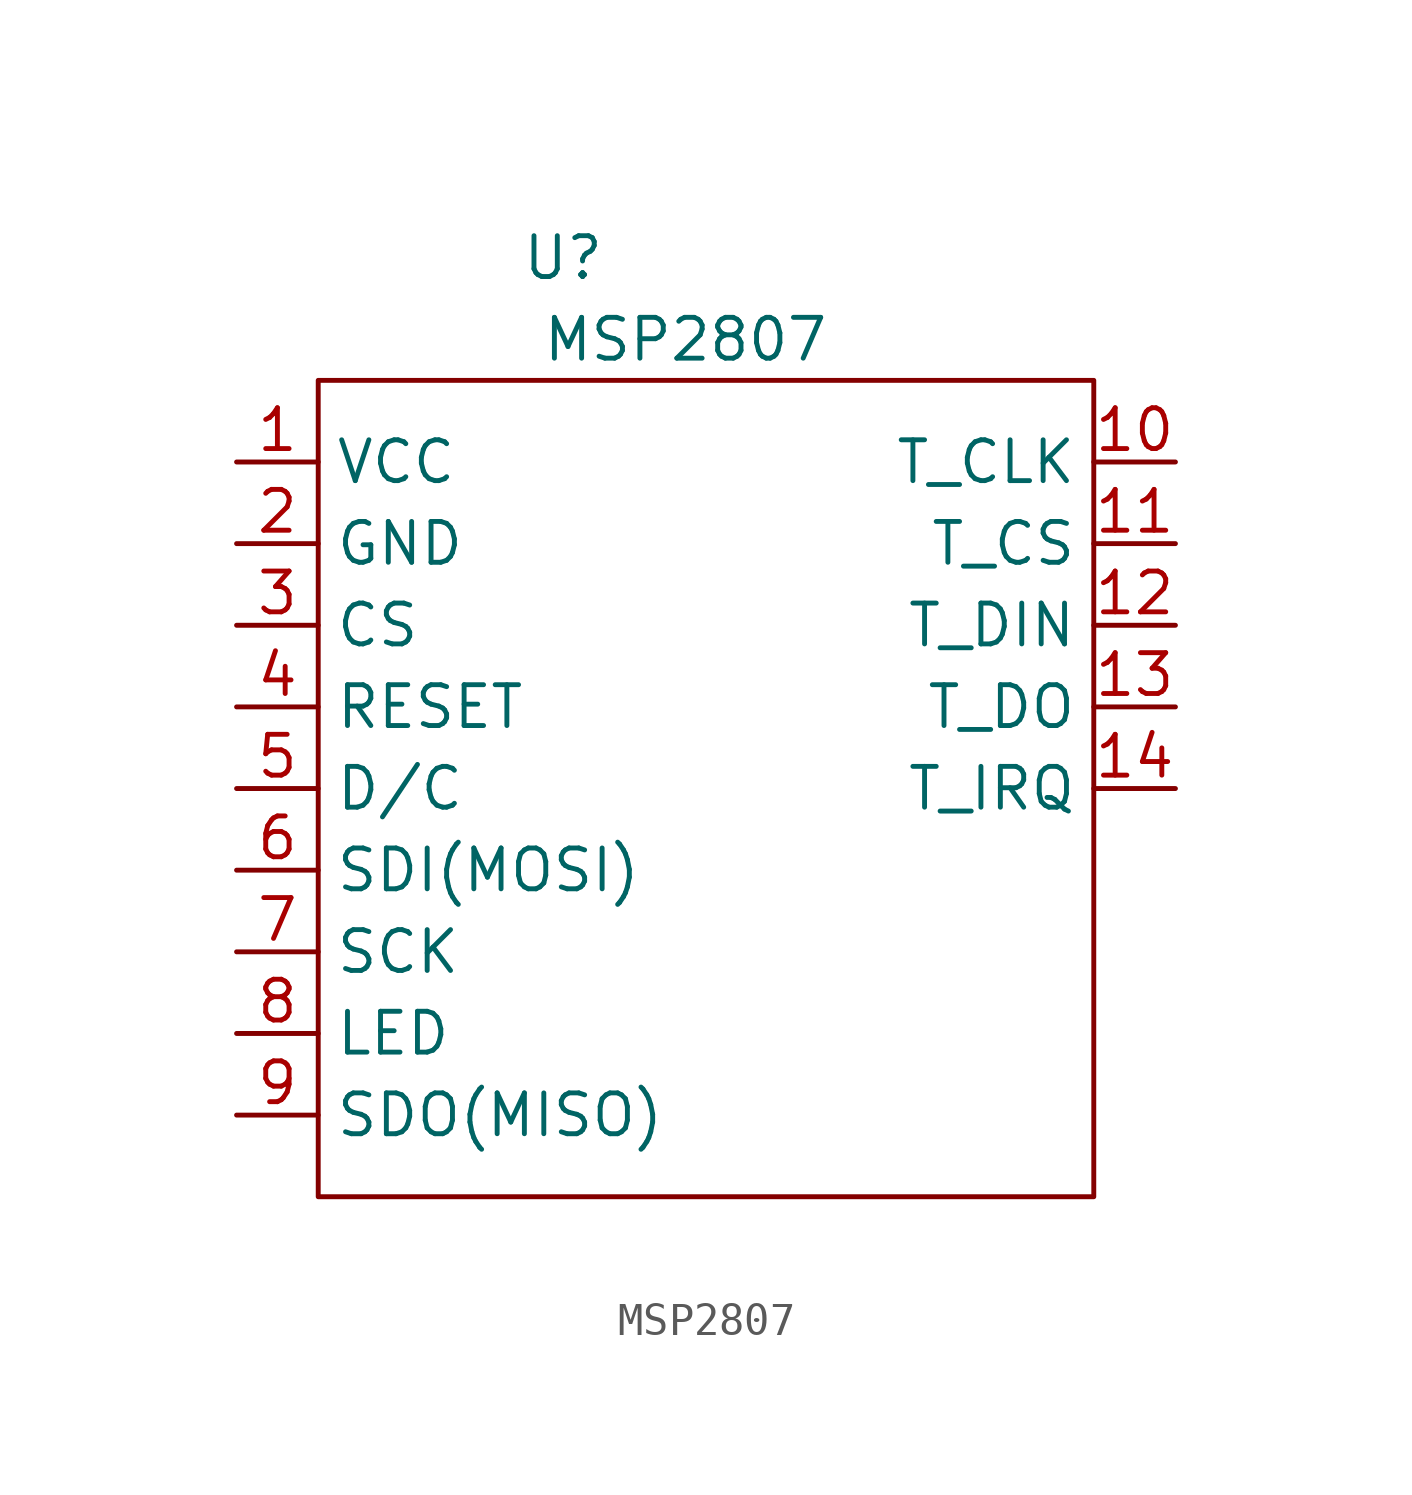
<source format=kicad_sym>
(kicad_symbol_lib
  (version 20220914)
  (generator kicad_symbol_editor)
  (symbol "MSP2807"
    (property "Reference" "U"
      (at -24.13 15.24 0)
      (effects (font (size 1.27 1.27))))
    (property "Value" "MSP2807"
      (at -20.32 12.7 0)
      (effects (font (size 1.27 1.27))))
    (symbol "MSP2807_0_1"
      (rectangle (start -31.75 11.43) (end -7.62 -13.97) (stroke (width 0) (type default)) (fill (type none))))
    (symbol "MSP2807_1_1"
      (pin power_in line (at -34.29 8.89 0) (length 2.54) (name "VCC" (effects (font (size 1.27 1.27)))) (number "1" (effects (font (size 1.27 1.27)))))
      (pin input line (at -5.08 8.89 180) (length 2.54) (name "T_CLK" (effects (font (size 1.27 1.27)))) (number "10" (effects (font (size 1.27 1.27)))))
      (pin input line (at -5.08 6.35 180) (length 2.54) (name "T_CS" (effects (font (size 1.27 1.27)))) (number "11" (effects (font (size 1.27 1.27)))))
      (pin input line (at -5.08 3.81 180) (length 2.54) (name "T_DIN" (effects (font (size 1.27 1.27)))) (number "12" (effects (font (size 1.27 1.27)))))
      (pin input line (at -5.08 1.27 180) (length 2.54) (name "T_DO" (effects (font (size 1.27 1.27)))) (number "13" (effects (font (size 1.27 1.27)))))
      (pin input line (at -5.08 -1.27 180) (length 2.54) (name "T_IRQ" (effects (font (size 1.27 1.27)))) (number "14" (effects (font (size 1.27 1.27)))))
      (pin power_in line (at -34.29 6.35 0) (length 2.54) (name "GND" (effects (font (size 1.27 1.27)))) (number "2" (effects (font (size 1.27 1.27)))))
      (pin input line (at -34.29 3.81 0) (length 2.54) (name "CS" (effects (font (size 1.27 1.27)))) (number "3" (effects (font (size 1.27 1.27)))))
      (pin input line (at -34.29 1.27 0) (length 2.54) (name "RESET" (effects (font (size 1.27 1.27)))) (number "4" (effects (font (size 1.27 1.27)))))
      (pin input line (at -34.29 -1.27 0) (length 2.54) (name "D/C" (effects (font (size 1.27 1.27)))) (number "5" (effects (font (size 1.27 1.27)))))
      (pin input line (at -34.29 -3.81 0) (length 2.54) (name "SDI(MOSI)" (effects (font (size 1.27 1.27)))) (number "6" (effects (font (size 1.27 1.27)))))
      (pin input line (at -34.29 -6.35 0) (length 2.54) (name "SCK" (effects (font (size 1.27 1.27)))) (number "7" (effects (font (size 1.27 1.27)))))
      (pin input line (at -34.29 -8.89 0) (length 2.54) (name "LED" (effects (font (size 1.27 1.27)))) (number "8" (effects (font (size 1.27 1.27)))))
      (pin input line (at -34.29 -11.43 0) (length 2.54) (name "SDO(MISO)" (effects (font (size 1.27 1.27)))) (number "9" (effects (font (size 1.27 1.27))))))))
</source>
